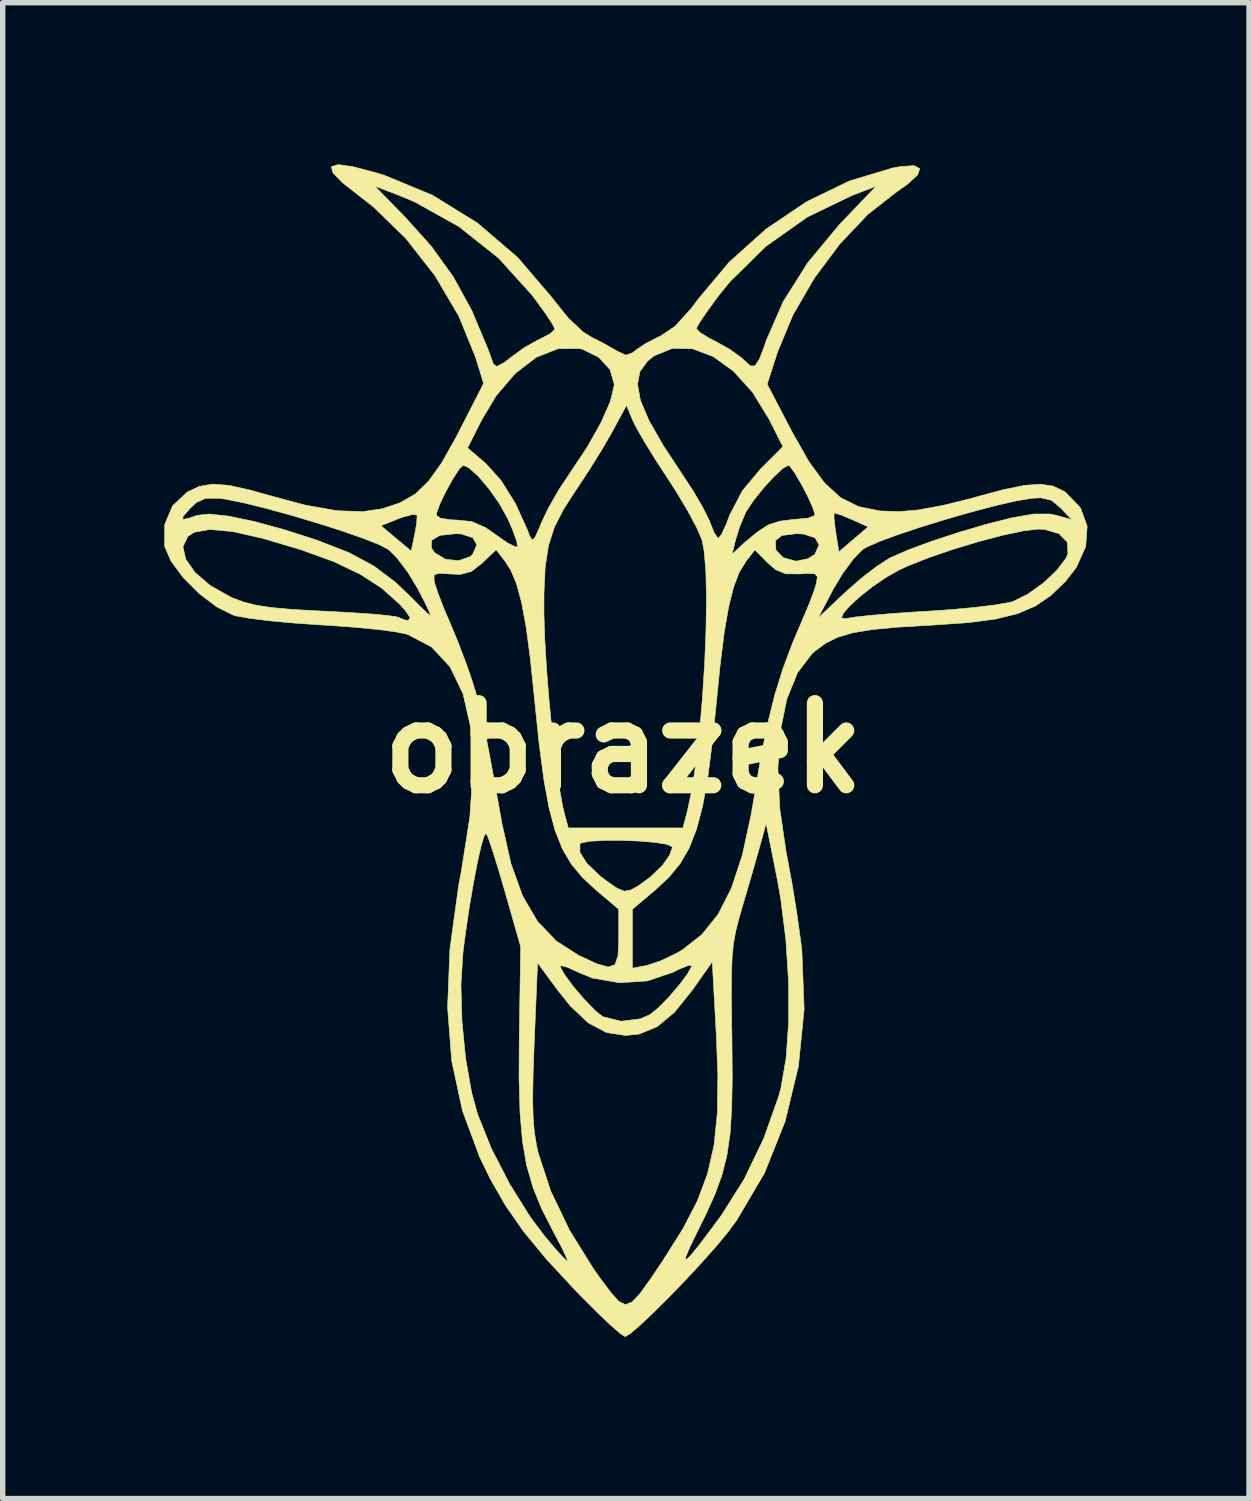
<source format=kicad_pcb>
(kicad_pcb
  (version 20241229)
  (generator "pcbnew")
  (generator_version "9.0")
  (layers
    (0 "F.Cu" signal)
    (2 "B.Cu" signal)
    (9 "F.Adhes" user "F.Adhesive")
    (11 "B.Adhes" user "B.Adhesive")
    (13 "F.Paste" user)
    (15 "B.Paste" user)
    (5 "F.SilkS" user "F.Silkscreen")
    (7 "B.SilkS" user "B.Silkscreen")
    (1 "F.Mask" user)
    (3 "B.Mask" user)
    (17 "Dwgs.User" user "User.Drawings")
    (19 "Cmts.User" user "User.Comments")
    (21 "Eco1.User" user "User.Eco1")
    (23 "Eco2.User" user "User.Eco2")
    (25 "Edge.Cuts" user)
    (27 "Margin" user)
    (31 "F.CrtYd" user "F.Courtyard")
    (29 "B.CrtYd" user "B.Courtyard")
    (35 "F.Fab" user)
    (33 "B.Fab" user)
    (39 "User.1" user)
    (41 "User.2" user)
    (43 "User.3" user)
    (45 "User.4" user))
  (footprint "obrazek"
    (layer "F.Cu")
    (at 8.517 10.833)
    (property "Reference" "obrazek" (at 0 0 0) (layer "F.SilkS") (effects (font (size 1.524 1.524) (thickness 0.3))))
    (attr through_hole)
    (fp_poly (pts (xy -5.017 -10.791) (xy -4.592 -10.678) (xy -4.428 -10.628) (xy -3.541 -10.26) (xy -2.709 -9.746) (xy -1.96 -9.105) (xy -1.321 -8.357) (xy -1.301 -8.328) (xy -1.02 -7.98) (xy -0.75 -7.726) (xy -0.605 -7.634) (xy -0.353 -7.504) (xy -0.136 -7.381) (xy -0.111 -7.365) (xy 0.047 -7.292) (xy 0.173 -7.337) (xy 0.228 -7.382) (xy 0.41 -7.506) (xy 0.652 -7.63) (xy 0.684 -7.643) (xy 0.896 -7.784) (xy 1.355 -7.784) (xy 1.424 -7.713) (xy 1.601 -7.604) (xy 1.724 -7.541) (xy 1.981 -7.397) (xy 2.192 -7.245) (xy 2.247 -7.193) (xy 2.358 -7.093) (xy 2.443 -7.094) (xy 2.525 -7.216) (xy 2.624 -7.476) (xy 2.654 -7.566) (xy 2.965 -8.281) (xy 3.421 -9.005) (xy 4.003 -9.706) (xy 4.05 -9.756) (xy 4.691 -10.426) (xy 4.251 -10.259) (xy 3.415 -9.855) (xy 2.646 -9.311) (xy 1.977 -8.654) (xy 1.771 -8.399) (xy 1.578 -8.136) (xy 1.432 -7.924) (xy 1.359 -7.799) (xy 1.355 -7.784) (xy 0.896 -7.784) (xy 0.956 -7.824) (xy 1.259 -8.158) (xy 1.38 -8.32) (xy 1.964 -9.018) (xy 2.648 -9.631) (xy 3.402 -10.14) (xy 4.196 -10.525) (xy 5 -10.766) (xy 5.144 -10.792) (xy 5.397 -10.809) (xy 5.503 -10.754) (xy 5.461 -10.636) (xy 5.272 -10.463) (xy 5.079 -10.328) (xy 4.539 -9.906) (xy 4.017 -9.355) (xy 3.543 -8.719) (xy 3.148 -8.038) (xy 2.863 -7.353) (xy 2.857 -7.335) (xy 2.67 -6.753) (xy 3.134 -5.864) (xy 3.442 -5.32) (xy 3.733 -4.921) (xy 4.032 -4.648) (xy 4.367 -4.481) (xy 4.761 -4.402) (xy 5.122 -4.389) (xy 5.475 -4.42) (xy 5.928 -4.503) (xy 6.425 -4.625) (xy 6.519 -4.652) (xy 7.045 -4.794) (xy 7.443 -4.876) (xy 7.744 -4.898) (xy 7.976 -4.862) (xy 8.171 -4.77) (xy 8.21 -4.744) (xy 8.484 -4.459) (xy 8.608 -4.118) (xy 8.582 -3.741) (xy 8.406 -3.351) (xy 8.205 -3.092) (xy 7.938 -2.835) (xy 7.654 -2.64) (xy 7.323 -2.497) (xy 6.915 -2.396) (xy 6.4 -2.328) (xy 5.747 -2.283) (xy 5.715 -2.281) (xy 5.097 -2.245) (xy 4.62 -2.2) (xy 4.256 -2.139) (xy 3.975 -2.056) (xy 3.75 -1.944) (xy 3.552 -1.796) (xy 3.501 -1.751) (xy 3.232 -1.397) (xy 3.035 -0.911) (xy 2.913 -0.312) (xy 2.869 0.377) (xy 2.905 1.136) (xy 3.024 1.944) (xy 3.041 2.029) (xy 3.133 2.522) (xy 3.222 3.075) (xy 3.294 3.593) (xy 3.314 3.761) (xy 3.356 4.842) (xy 3.25 5.905) (xy 3.003 6.928) (xy 2.62 7.886) (xy 2.108 8.756) (xy 1.944 8.979) (xy 1.733 9.235) (xy 1.466 9.536) (xy 1.167 9.858) (xy 0.86 10.177) (xy 0.568 10.467) (xy 0.317 10.705) (xy 0.131 10.864) (xy 0.034 10.922) (xy -0.057 10.864) (xy -0.24 10.704) (xy -0.491 10.465) (xy -0.787 10.169) (xy -0.899 10.053) (xy -1.426 9.485) (xy -1.844 8.978) (xy -2.183 8.494) (xy -2.47 7.993) (xy -2.664 7.594) (xy -2.985 6.729) (xy -3.184 5.807) (xy -3.261 4.813) (xy -3.244 4.391) (xy -3.013 4.391) (xy -2.994 5.068) (xy -2.927 5.754) (xy -2.816 6.386) (xy -2.705 6.792) (xy -2.449 7.43) (xy -2.106 8.094) (xy -1.719 8.713) (xy -1.458 9.059) (xy -1.263 9.29) (xy -1.113 9.455) (xy -1.037 9.524) (xy -1.033 9.524) (xy -1.058 9.445) (xy -1.148 9.258) (xy -1.284 9) (xy -1.304 8.964) (xy -1.515 8.549) (xy -1.676 8.153) (xy -1.794 7.743) (xy -1.872 7.289) (xy -1.917 6.76) (xy -1.924 6.496) (xy -1.681 6.496) (xy -1.674 6.842) (xy -1.651 7.121) (xy -1.611 7.368) (xy -1.577 7.521) (xy -1.348 8.216) (xy -0.998 8.948) (xy -0.551 9.667) (xy -0.421 9.849) (xy -0.23 10.104) (xy -0.085 10.266) (xy 0.039 10.327) (xy 0.165 10.278) (xy 0.318 10.113) (xy 0.524 9.824) (xy 0.743 9.498) (xy 1.16 9.498) (xy 1.243 9.425) (xy 1.412 9.217) (xy 1.671 8.873) (xy 1.824 8.665) (xy 2.243 8) (xy 2.607 7.243) (xy 2.88 6.472) (xy 2.925 6.308) (xy 3.021 5.755) (xy 3.068 5.084) (xy 3.067 4.337) (xy 3.017 3.557) (xy 2.92 2.787) (xy 2.853 2.413) (xy 2.65 1.397) (xy 2.546 1.778) (xy 2.473 2.036) (xy 2.371 2.392) (xy 2.256 2.784) (xy 2.216 2.921) (xy 2.139 3.188) (xy 2.082 3.417) (xy 2.043 3.641) (xy 2.019 3.892) (xy 2.008 4.201) (xy 2.006 4.602) (xy 2.012 5.127) (xy 2.016 5.398) (xy 2.022 6.108) (xy 2.012 6.682) (xy 1.982 7.153) (xy 1.924 7.553) (xy 1.833 7.916) (xy 1.704 8.273) (xy 1.53 8.659) (xy 1.395 8.932) (xy 1.24 9.249) (xy 1.16 9.439) (xy 1.16 9.498) (xy 0.743 9.498) (xy 0.756 9.477) (xy 1.107 8.919) (xy 1.373 8.406) (xy 1.563 7.901) (xy 1.684 7.369) (xy 1.745 6.775) (xy 1.755 6.084) (xy 1.727 5.348) (xy 1.651 3.965) (xy 1.285 4.485) (xy 0.95 4.902) (xy 0.628 5.17) (xy 0.295 5.307) (xy 0.042 5.333) (xy -0.315 5.278) (xy -0.65 5.099) (xy -0.985 4.783) (xy -1.217 4.492) (xy -1.538 4.057) (xy -1.173 4.057) (xy -1.083 4.215) (xy -0.916 4.438) (xy -0.714 4.674) (xy -0.521 4.873) (xy -0.381 4.984) (xy -0.042 5.069) (xy 0.318 5.024) (xy 0.495 4.946) (xy 0.648 4.823) (xy 0.839 4.628) (xy 1.031 4.405) (xy 1.186 4.199) (xy 1.266 4.055) (xy 1.27 4.033) (xy 1.204 4.035) (xy 1.034 4.103) (xy 0.91 4.164) (xy 0.446 4.321) (xy -0.07 4.355) (xy -0.574 4.267) (xy -0.835 4.16) (xy -1.038 4.066) (xy -1.158 4.037) (xy -1.173 4.057) (xy -1.538 4.057) (xy -1.591 3.985) (xy -1.653 5.47) (xy -1.674 6.051) (xy -1.681 6.496) (xy -1.924 6.496) (xy -1.935 6.123) (xy -1.931 5.399) (xy -1.905 3.683) (xy -2.195 2.667) (xy -2.31 2.273) (xy -2.414 1.939) (xy -2.494 1.698) (xy -2.541 1.585) (xy -2.543 1.582) (xy -2.582 1.628) (xy -2.638 1.814) (xy -2.706 2.114) (xy -2.78 2.5) (xy -2.856 2.944) (xy -2.927 3.421) (xy -2.975 3.788) (xy -3.013 4.391) (xy -3.244 4.391) (xy -3.218 3.73) (xy -3.055 2.545) (xy -3.006 2.286) (xy -2.847 1.273) (xy -2.789 0.385) (xy -2.831 -0.376) (xy -2.974 -1.008) (xy -3.216 -1.509) (xy -3.557 -1.876) (xy -3.996 -2.107) (xy -4.035 -2.119) (xy -4.236 -2.159) (xy -4.565 -2.202) (xy -4.984 -2.242) (xy -5.452 -2.277) (xy -5.63 -2.287) (xy -6.108 -2.32) (xy -6.552 -2.361) (xy -6.924 -2.407) (xy -7.181 -2.452) (xy -7.239 -2.468) (xy -7.55 -2.624) (xy -7.874 -2.87) (xy -8.169 -3.167) (xy -8.395 -3.472) (xy -8.508 -3.736) (xy -8.172 -3.736) (xy -8.12 -3.504) (xy -7.946 -3.257) (xy -7.665 -3.017) (xy -7.294 -2.807) (xy -7.25 -2.787) (xy -7.042 -2.709) (xy -6.81 -2.651) (xy -6.518 -2.607) (xy -6.133 -2.573) (xy -5.618 -2.544) (xy -5.523 -2.54) (xy -5.072 -2.516) (xy -4.682 -2.489) (xy -4.383 -2.462) (xy -4.208 -2.437) (xy -4.175 -2.426) (xy -4.05 -2.376) (xy -3.991 -2.371) (xy -3.955 -2.42) (xy -4.056 -2.568) (xy -4.153 -2.674) (xy -4.483 -2.968) (xy -4.881 -3.226) (xy -5.372 -3.46) (xy -5.983 -3.682) (xy -6.687 -3.891) (xy -7.248 -4.019) (xy -7.672 -4.057) (xy -7.965 -4.005) (xy -8.082 -3.928) (xy -8.172 -3.736) (xy -8.508 -3.736) (xy -8.511 -3.744) (xy -8.512 -3.748) (xy -8.511 -4.15) (xy -8.472 -4.242) (xy -8.173 -4.242) (xy -8.039 -4.273) (xy -7.913 -4.319) (xy -7.685 -4.344) (xy -7.324 -4.305) (xy -6.85 -4.206) (xy -6.284 -4.052) (xy -5.682 -3.858) (xy -5.097 -3.63) (xy -4.63 -3.38) (xy -4.228 -3.077) (xy -3.983 -2.843) (xy -3.784 -2.643) (xy -3.637 -2.503) (xy -3.576 -2.455) (xy -3.597 -2.523) (xy -3.682 -2.702) (xy -3.812 -2.954) (xy -3.821 -2.971) (xy -3.968 -3.213) (xy -3.511 -3.213) (xy -3.511 -3.11) (xy -3.497 -3.05) (xy -3.434 -2.86) (xy -3.326 -2.583) (xy -3.217 -2.328) (xy -3.062 -1.955) (xy -2.902 -1.533) (xy -2.812 -1.27) (xy -2.748 -1.064) (xy -2.689 -0.852) (xy -2.631 -0.608) (xy -2.566 -0.306) (xy -2.491 0.08) (xy -2.4 0.574) (xy -2.287 1.203) (xy -2.252 1.397) (xy -2.085 2.144) (xy -1.868 2.745) (xy -1.591 3.218) (xy -1.244 3.58) (xy -0.83 3.845) (xy -0.493 4.002) (xy -0.276 4.063) (xy -0.153 4.017) (xy -0.098 3.851) (xy -0.085 3.556) (xy -0.085 3.527) (xy -0.085 2.99) (xy 0.169 2.99) (xy 0.169 4.085) (xy 0.445 4.031) (xy 0.682 3.953) (xy 0.969 3.817) (xy 1.098 3.743) (xy 1.461 3.458) (xy 1.762 3.081) (xy 2.009 2.593) (xy 2.211 1.979) (xy 2.375 1.22) (xy 2.417 0.974) (xy 2.546 0.207) (xy 2.673 -0.43) (xy 2.808 -0.978) (xy 2.963 -1.477) (xy 3.147 -1.967) (xy 3.32 -2.371) (xy 3.338 -2.413) (xy 3.614 -2.413) (xy 3.615 -2.414) (xy 4.049 -2.414) (xy 4.128 -2.402) (xy 4.149 -2.407) (xy 4.306 -2.433) (xy 4.597 -2.464) (xy 4.985 -2.497) (xy 5.433 -2.528) (xy 5.63 -2.539) (xy 6.106 -2.572) (xy 6.548 -2.614) (xy 6.915 -2.659) (xy 7.169 -2.704) (xy 7.226 -2.719) (xy 7.502 -2.854) (xy 7.792 -3.061) (xy 8.046 -3.3) (xy 8.217 -3.526) (xy 8.252 -3.611) (xy 8.239 -3.824) (xy 8.086 -3.98) (xy 7.817 -4.059) (xy 7.71 -4.064) (xy 7.438 -4.034) (xy 7.054 -3.953) (xy 6.601 -3.834) (xy 6.124 -3.69) (xy 5.666 -3.533) (xy 5.272 -3.377) (xy 5.122 -3.308) (xy 4.874 -3.167) (xy 4.623 -2.995) (xy 4.392 -2.812) (xy 4.204 -2.641) (xy 4.083 -2.501) (xy 4.049 -2.414) (xy 3.615 -2.414) (xy 4.118 -2.889) (xy 4.405 -3.142) (xy 4.696 -3.367) (xy 4.933 -3.521) (xy 4.957 -3.534) (xy 5.286 -3.677) (xy 5.728 -3.84) (xy 6.233 -4.006) (xy 6.749 -4.157) (xy 7.203 -4.272) (xy 7.611 -4.344) (xy 7.913 -4.345) (xy 8.041 -4.319) (xy 8.323 -4.238) (xy 8.119 -4.454) (xy 7.945 -4.599) (xy 7.749 -4.645) (xy 7.578 -4.636) (xy 7.297 -4.589) (xy 6.917 -4.502) (xy 6.472 -4.385) (xy 5.997 -4.249) (xy 5.527 -4.104) (xy 5.099 -3.962) (xy 4.747 -3.832) (xy 4.507 -3.726) (xy 4.44 -3.685) (xy 4.267 -3.507) (xy 4.068 -3.236) (xy 3.897 -2.95) (xy 3.614 -2.413) (xy 3.338 -2.413) (xy 3.443 -2.662) (xy 3.541 -2.921) (xy 3.58 -3.048) (xy 3.602 -3.18) (xy 3.553 -3.236) (xy 3.393 -3.24) (xy 3.275 -3.232) (xy 3.013 -3.234) (xy 2.824 -3.313) (xy 2.679 -3.44) (xy 2.442 -3.678) (xy 2.279 -3.469) (xy 2.153 -3.265) (xy 2.047 -2.989) (xy 1.955 -2.622) (xy 1.872 -2.142) (xy 1.796 -1.53) (xy 1.736 -0.931) (xy 1.654 -0.123) (xy 1.568 0.539) (xy 1.473 1.074) (xy 1.359 1.506) (xy 1.222 1.856) (xy 1.053 2.146) (xy 0.846 2.397) (xy 0.594 2.632) (xy 0.169 2.99) (xy -0.085 2.99) (xy -0.509 2.632) (xy -0.759 2.4) (xy -0.964 2.153) (xy -1.094 1.933) (xy -0.806 1.933) (xy -0.676 2.14) (xy -0.431 2.375) (xy -0.324 2.456) (xy -0.115 2.601) (xy 0.02 2.656) (xy 0.141 2.632) (xy 0.273 2.56) (xy 0.508 2.388) (xy 0.726 2.176) (xy 0.732 2.17) (xy 0.859 1.988) (xy 0.909 1.849) (xy 0.907 1.831) (xy 0.814 1.786) (xy 0.596 1.751) (xy 0.3 1.726) (xy -0.031 1.713) (xy -0.35 1.713) (xy -0.614 1.728) (xy -0.776 1.758) (xy -0.804 1.777) (xy -0.806 1.933) (xy -1.094 1.933) (xy -1.131 1.869) (xy -1.267 1.526) (xy -1.38 1.103) (xy -1.475 0.577) (xy -1.561 -0.073) (xy -1.644 -0.868) (xy -1.65 -0.931) (xy -1.726 -1.663) (xy -1.803 -2.246) (xy -1.85 -2.498) (xy -1.473 -2.498) (xy -1.458 -2.033) (xy -1.426 -1.489) (xy -1.379 -0.903) (xy -1.322 -0.314) (xy -1.258 0.238) (xy -1.191 0.715) (xy -1.126 1.078) (xy -1.1 1.185) (xy -1.021 1.482) (xy 1.106 1.482) (xy 1.185 1.185) (xy 1.271 0.786) (xy 1.348 0.279) (xy 1.415 -0.305) (xy 1.469 -0.935) (xy 1.51 -1.579) (xy 1.535 -2.206) (xy 1.543 -2.783) (xy 1.532 -3.28) (xy 1.505 -3.598) (xy 2.019 -3.598) (xy 2.258 -3.821) (xy 2.295 -3.851) (xy 2.824 -3.851) (xy 2.832 -3.674) (xy 2.968 -3.535) (xy 3.193 -3.472) (xy 3.217 -3.471) (xy 3.429 -3.515) (xy 3.555 -3.597) (xy 3.633 -3.772) (xy 3.559 -3.902) (xy 3.346 -3.972) (xy 3.217 -3.979) (xy 2.942 -3.946) (xy 2.824 -3.851) (xy 2.295 -3.851) (xy 2.472 -3.998) (xy 2.675 -4.134) (xy 2.693 -4.144) (xy 2.908 -4.212) (xy 3.181 -4.247) (xy 3.222 -4.249) (xy 3.432 -4.269) (xy 3.443 -4.273) (xy 3.91 -4.273) (xy 3.932 -4.078) (xy 3.945 -3.992) (xy 4.001 -3.643) (xy 4.544 -4.106) (xy 4.24 -4.243) (xy 4.043 -4.326) (xy 3.924 -4.362) (xy 3.913 -4.36) (xy 3.91 -4.273) (xy 3.443 -4.273) (xy 3.548 -4.314) (xy 3.556 -4.331) (xy 3.519 -4.458) (xy 3.427 -4.662) (xy 3.307 -4.893) (xy 3.186 -5.099) (xy 3.093 -5.229) (xy 3.064 -5.249) (xy 2.957 -5.188) (xy 2.788 -5.03) (xy 2.594 -4.817) (xy 2.413 -4.591) (xy 2.282 -4.393) (xy 2.265 -4.36) (xy 2.154 -4.092) (xy 2.08 -3.852) (xy 2.019 -3.598) (xy 1.505 -3.598) (xy 1.499 -3.665) (xy 1.46 -3.863) (xy 1.368 -4.079) (xy 1.205 -4.387) (xy 0.994 -4.741) (xy 0.822 -5.008) (xy 0.594 -5.358) (xy 0.392 -5.687) (xy 0.241 -5.95) (xy 0.175 -6.082) (xy 0.059 -6.361) (xy -0.207 -5.869) (xy -0.394 -5.545) (xy -0.63 -5.165) (xy -0.864 -4.81) (xy -0.869 -4.804) (xy -1.11 -4.43) (xy -1.28 -4.096) (xy -1.389 -3.756) (xy -1.449 -3.367) (xy -1.472 -2.882) (xy -1.473 -2.498) (xy -1.85 -2.498) (xy -1.887 -2.7) (xy -1.981 -3.047) (xy -2.09 -3.306) (xy -2.196 -3.471) (xy -2.36 -3.682) (xy -2.613 -3.44) (xy -2.818 -3.278) (xy -3.023 -3.224) (xy -3.208 -3.231) (xy -3.423 -3.245) (xy -3.511 -3.213) (xy -3.968 -3.213) (xy -4.003 -3.27) (xy -4.203 -3.533) (xy -4.355 -3.684) (xy -4.526 -3.774) (xy -4.826 -3.893) (xy -5.221 -4.031) (xy -5.522 -4.127) (xy -4.497 -4.127) (xy -4.217 -3.892) (xy -3.937 -3.658) (xy -3.924 -3.716) (xy -3.563 -3.716) (xy -3.499 -3.625) (xy -3.3 -3.504) (xy -3.056 -3.479) (xy -2.844 -3.552) (xy -2.795 -3.597) (xy -2.718 -3.772) (xy -2.793 -3.904) (xy -3.003 -3.973) (xy -3.113 -3.979) (xy -3.404 -3.947) (xy -3.558 -3.856) (xy -3.563 -3.716) (xy -3.924 -3.716) (xy -3.872 -3.961) (xy -3.834 -4.176) (xy -3.827 -4.314) (xy -3.828 -4.321) (xy -3.471 -4.321) (xy -3.396 -4.268) (xy -3.205 -4.237) (xy -3.097 -4.233) (xy -2.813 -4.204) (xy -2.56 -4.094) (xy -2.356 -3.952) (xy -2.151 -3.809) (xy -2.006 -3.736) (xy -1.962 -3.739) (xy -1.98 -3.847) (xy -2.056 -4.056) (xy -2.142 -4.253) (xy -2.295 -4.53) (xy -2.489 -4.807) (xy -2.69 -5.044) (xy -2.868 -5.203) (xy -2.972 -5.249) (xy -3.044 -5.18) (xy -3.157 -5.007) (xy -3.282 -4.781) (xy -3.393 -4.554) (xy -3.461 -4.376) (xy -3.471 -4.321) (xy -3.828 -4.321) (xy -3.829 -4.325) (xy -3.913 -4.335) (xy -4.096 -4.286) (xy -4.175 -4.256) (xy -4.497 -4.127) (xy -5.522 -4.127) (xy -5.674 -4.175) (xy -6.15 -4.317) (xy -6.615 -4.445) (xy -7.033 -4.549) (xy -7.368 -4.617) (xy -7.493 -4.635) (xy -7.745 -4.637) (xy -7.922 -4.559) (xy -8.037 -4.452) (xy -8.17 -4.298) (xy -8.173 -4.242) (xy -8.472 -4.242) (xy -8.364 -4.497) (xy -8.092 -4.751) (xy -7.869 -4.857) (xy -7.623 -4.899) (xy -7.318 -4.876) (xy -6.918 -4.787) (xy -6.598 -4.696) (xy -5.897 -4.508) (xy -5.318 -4.406) (xy -4.841 -4.388) (xy -4.471 -4.442) (xy -4.136 -4.555) (xy -3.858 -4.717) (xy -3.611 -4.957) (xy -3.367 -5.299) (xy -3.215 -5.571) (xy -2.89 -5.571) (xy -2.551 -5.281) (xy -2.27 -4.968) (xy -2.001 -4.538) (xy -1.776 -4.042) (xy -1.738 -3.937) (xy -1.694 -3.862) (xy -1.64 -3.906) (xy -1.557 -4.088) (xy -1.526 -4.168) (xy -1.396 -4.443) (xy -1.205 -4.779) (xy -0.994 -5.099) (xy -0.666 -5.592) (xy -0.411 -6.045) (xy -0.241 -6.431) (xy -0.171 -6.722) (xy -0.169 -6.753) (xy 0.264 -6.753) (xy 0.317 -6.455) (xy 0.475 -6.082) (xy 0.741 -5.616) (xy 1.09 -5.087) (xy 1.298 -4.769) (xy 1.475 -4.466) (xy 1.592 -4.232) (xy 1.612 -4.18) (xy 1.689 -3.992) (xy 1.756 -3.897) (xy 1.765 -3.895) (xy 1.823 -3.967) (xy 1.91 -4.155) (xy 1.977 -4.33) (xy 2.21 -4.776) (xy 2.547 -5.18) (xy 2.962 -5.595) (xy 2.706 -6.102) (xy 2.399 -6.603) (xy 2.046 -6.994) (xy 1.669 -7.266) (xy 1.284 -7.411) (xy 0.912 -7.418) (xy 0.572 -7.28) (xy 0.449 -7.181) (xy 0.309 -6.989) (xy 0.264 -6.753) (xy -0.169 -6.753) (xy -0.169 -6.756) (xy -0.247 -7.025) (xy -0.456 -7.253) (xy -0.754 -7.4) (xy -0.822 -7.416) (xy -1.212 -7.411) (xy -1.612 -7.254) (xy -2 -6.959) (xy -2.358 -6.541) (xy -2.628 -6.09) (xy -2.89 -5.571) (xy -3.215 -5.571) (xy -3.102 -5.771) (xy -3.051 -5.871) (xy -2.592 -6.767) (xy -2.743 -7.257) (xy -3.052 -8.016) (xy -3.493 -8.764) (xy -4.033 -9.456) (xy -4.639 -10.045) (xy -4.88 -10.233) (xy -5.13 -10.429) (xy -4.612 -10.429) (xy -4.069 -9.875) (xy -3.566 -9.316) (xy -3.157 -8.749) (xy -2.814 -8.125) (xy -2.508 -7.396) (xy -2.41 -7.126) (xy -2.345 -7.083) (xy -2.203 -7.159) (xy -2.095 -7.244) (xy -1.845 -7.427) (xy -1.584 -7.574) (xy -1.545 -7.592) (xy -1.362 -7.686) (xy -1.272 -7.768) (xy -1.27 -7.778) (xy -1.318 -7.874) (xy -1.445 -8.067) (xy -1.628 -8.32) (xy -1.687 -8.399) (xy -2.313 -9.092) (xy -3.053 -9.68) (xy -3.873 -10.137) (xy -4.169 -10.26) (xy -4.612 -10.429) (xy -5.13 -10.429) (xy -5.211 -10.492) (xy -5.39 -10.678) (xy -5.417 -10.79) (xy -5.293 -10.828) (xy -5.017 -10.791)) (stroke (width 0.01) (type solid)) (fill yes) (layer "F.SilkS")))
  (gr_rect
    (start -3 -3)
    (end 20.129 24.76)
    (stroke (width 0.1) (type default))
    (fill no)
    (layer "Edge.Cuts")))
</source>
